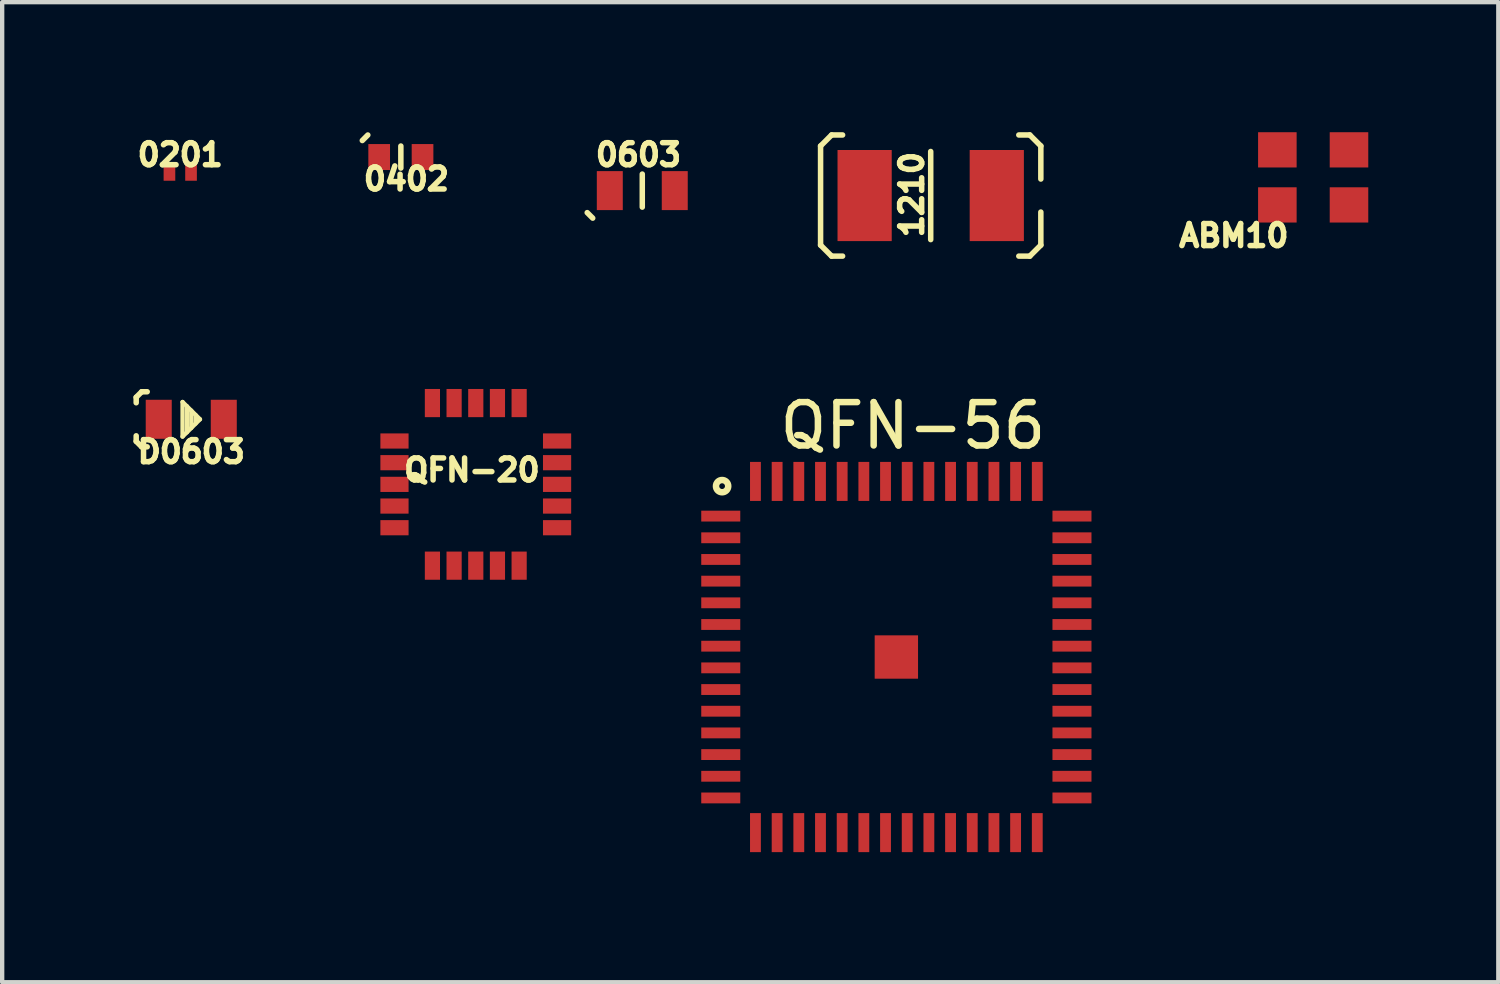
<source format=kicad_pcb>
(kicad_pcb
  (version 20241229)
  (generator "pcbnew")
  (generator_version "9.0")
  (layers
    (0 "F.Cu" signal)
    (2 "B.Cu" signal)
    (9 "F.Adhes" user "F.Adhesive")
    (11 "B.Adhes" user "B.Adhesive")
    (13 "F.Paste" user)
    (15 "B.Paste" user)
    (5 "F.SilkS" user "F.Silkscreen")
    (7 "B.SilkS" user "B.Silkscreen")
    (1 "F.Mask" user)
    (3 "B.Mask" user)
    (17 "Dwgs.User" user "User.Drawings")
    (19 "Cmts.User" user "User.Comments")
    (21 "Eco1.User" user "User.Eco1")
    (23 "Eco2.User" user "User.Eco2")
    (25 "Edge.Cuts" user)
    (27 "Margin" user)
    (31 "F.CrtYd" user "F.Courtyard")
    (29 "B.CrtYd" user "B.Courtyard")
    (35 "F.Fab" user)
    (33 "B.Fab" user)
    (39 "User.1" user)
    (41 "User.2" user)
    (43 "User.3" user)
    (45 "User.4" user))
  (footprint "QFN-56"
    (layer "F.Cu")
    (at 17.623 12.103)
    (property "Reference" "QFN-56" (at 0.381 -5.334 0) (layer "F.SilkS") (effects (font (size 1 1) (thickness 0.15))))
    (attr through_hole)
    (fp_circle (center -4.019 -3.941) (end -3.919 -3.841) (stroke (width 0.15) (type solid)) (fill no) (layer "F.SilkS"))
    (pad "1" smd rect (at -4.05 -3.25) (size 0.9 0.25) (layers "F.Cu" "F.Mask" "F.Paste"))
    (pad "2" smd rect (at -4.05 -2.75) (size 0.9 0.25) (layers "F.Cu" "F.Mask" "F.Paste"))
    (pad "3" smd rect (at -4.05 -2.25) (size 0.9 0.25) (layers "F.Cu" "F.Mask" "F.Paste"))
    (pad "4" smd rect (at -4.05 -1.75) (size 0.9 0.25) (layers "F.Cu" "F.Mask" "F.Paste"))
    (pad "5" smd rect (at -4.05 -1.25) (size 0.9 0.25) (layers "F.Cu" "F.Mask" "F.Paste"))
    (pad "6" smd rect (at -4.05 -0.75) (size 0.9 0.25) (layers "F.Cu" "F.Mask" "F.Paste"))
    (pad "7" smd rect (at -4.05 -0.25) (size 0.9 0.25) (layers "F.Cu" "F.Mask" "F.Paste"))
    (pad "8" smd rect (at -4.05 0.25) (size 0.9 0.25) (layers "F.Cu" "F.Mask" "F.Paste"))
    (pad "9" smd rect (at -4.05 0.75) (size 0.9 0.25) (layers "F.Cu" "F.Mask" "F.Paste"))
    (pad "10" smd rect (at -4.05 1.25) (size 0.9 0.25) (layers "F.Cu" "F.Mask" "F.Paste"))
    (pad "11" smd rect (at -4.05 1.75) (size 0.9 0.25) (layers "F.Cu" "F.Mask" "F.Paste"))
    (pad "12" smd rect (at -4.05 2.25) (size 0.9 0.25) (layers "F.Cu" "F.Mask" "F.Paste"))
    (pad "13" smd rect (at -4.05 2.75) (size 0.9 0.25) (layers "F.Cu" "F.Mask" "F.Paste"))
    (pad "14" smd rect (at -4.05 3.25) (size 0.9 0.25) (layers "F.Cu" "F.Mask" "F.Paste"))
    (pad "15" smd rect (at -3.25 4.05) (size 0.25 0.9) (layers "F.Cu" "F.Mask" "F.Paste"))
    (pad "16" smd rect (at -2.75 4.05) (size 0.25 0.9) (layers "F.Cu" "F.Mask" "F.Paste"))
    (pad "17" smd rect (at -2.25 4.05) (size 0.25 0.9) (layers "F.Cu" "F.Mask" "F.Paste"))
    (pad "18" smd rect (at -1.75 4.05) (size 0.25 0.9) (layers "F.Cu" "F.Mask" "F.Paste"))
    (pad "19" smd rect (at -1.25 4.05) (size 0.25 0.9) (layers "F.Cu" "F.Mask" "F.Paste"))
    (pad "20" smd rect (at -0.75 4.05) (size 0.25 0.9) (layers "F.Cu" "F.Mask" "F.Paste"))
    (pad "21" smd rect (at -0.25 4.05) (size 0.25 0.9) (layers "F.Cu" "F.Mask" "F.Paste"))
    (pad "22" smd rect (at 0.25 4.05) (size 0.25 0.9) (layers "F.Cu" "F.Mask" "F.Paste"))
    (pad "23" smd rect (at 0.75 4.05) (size 0.25 0.9) (layers "F.Cu" "F.Mask" "F.Paste"))
    (pad "24" smd rect (at 1.25 4.05) (size 0.25 0.9) (layers "F.Cu" "F.Mask" "F.Paste"))
    (pad "25" smd rect (at 1.75 4.05) (size 0.25 0.9) (layers "F.Cu" "F.Mask" "F.Paste"))
    (pad "26" smd rect (at 2.25 4.05) (size 0.25 0.9) (layers "F.Cu" "F.Mask" "F.Paste"))
    (pad "27" smd rect (at 2.75 4.05) (size 0.25 0.9) (layers "F.Cu" "F.Mask" "F.Paste"))
    (pad "28" smd rect (at 3.25 4.05) (size 0.25 0.9) (layers "F.Cu" "F.Mask" "F.Paste"))
    (pad "29" smd rect (at 4.05 3.25) (size 0.9 0.25) (layers "F.Cu" "F.Mask" "F.Paste"))
    (pad "30" smd rect (at 4.05 2.75) (size 0.9 0.25) (layers "F.Cu" "F.Mask" "F.Paste"))
    (pad "31" smd rect (at 4.05 2.25) (size 0.9 0.25) (layers "F.Cu" "F.Mask" "F.Paste"))
    (pad "32" smd rect (at 4.05 1.75) (size 0.9 0.25) (layers "F.Cu" "F.Mask" "F.Paste"))
    (pad "33" smd rect (at 4.05 1.25) (size 0.9 0.25) (layers "F.Cu" "F.Mask" "F.Paste"))
    (pad "34" smd rect (at 4.05 0.75) (size 0.9 0.25) (layers "F.Cu" "F.Mask" "F.Paste"))
    (pad "35" smd rect (at 4.05 0.25) (size 0.9 0.25) (layers "F.Cu" "F.Mask" "F.Paste"))
    (pad "36" smd rect (at 4.05 -0.25) (size 0.9 0.25) (layers "F.Cu" "F.Mask" "F.Paste"))
    (pad "37" smd rect (at 4.05 -0.75) (size 0.9 0.25) (layers "F.Cu" "F.Mask" "F.Paste"))
    (pad "38" smd rect (at 4.05 -1.25) (size 0.9 0.25) (layers "F.Cu" "F.Mask" "F.Paste"))
    (pad "39" smd rect (at 4.05 -1.75) (size 0.9 0.25) (layers "F.Cu" "F.Mask" "F.Paste"))
    (pad "40" smd rect (at 4.05 -2.25) (size 0.9 0.25) (layers "F.Cu" "F.Mask" "F.Paste"))
    (pad "41" smd rect (at 4.05 -2.75) (size 0.9 0.25) (layers "F.Cu" "F.Mask" "F.Paste"))
    (pad "42" smd rect (at 4.05 -3.25) (size 0.9 0.25) (layers "F.Cu" "F.Mask" "F.Paste"))
    (pad "43" smd rect (at 3.25 -4.05) (size 0.25 0.9) (layers "F.Cu" "F.Mask" "F.Paste"))
    (pad "44" smd rect (at 2.75 -4.05) (size 0.25 0.9) (layers "F.Cu" "F.Mask" "F.Paste"))
    (pad "45" smd rect (at 2.25 -4.05) (size 0.25 0.9) (layers "F.Cu" "F.Mask" "F.Paste"))
    (pad "46" smd rect (at 1.75 -4.05) (size 0.25 0.9) (layers "F.Cu" "F.Mask" "F.Paste"))
    (pad "47" smd rect (at 1.25 -4.05) (size 0.25 0.9) (layers "F.Cu" "F.Mask" "F.Paste"))
    (pad "48" smd rect (at 0.75 -4.05) (size 0.25 0.9) (layers "F.Cu" "F.Mask" "F.Paste"))
    (pad "49" smd rect (at 0.25 -4.05) (size 0.25 0.9) (layers "F.Cu" "F.Mask" "F.Paste"))
    (pad "50" smd rect (at -0.25 -4.05) (size 0.25 0.9) (layers "F.Cu" "F.Mask" "F.Paste"))
    (pad "51" smd rect (at -0.75 -4.05) (size 0.25 0.9) (layers "F.Cu" "F.Mask" "F.Paste"))
    (pad "52" smd rect (at -1.25 -4.05) (size 0.25 0.9) (layers "F.Cu" "F.Mask" "F.Paste"))
    (pad "53" smd rect (at -1.75 -4.05) (size 0.25 0.9) (layers "F.Cu" "F.Mask" "F.Paste"))
    (pad "54" smd rect (at -2.25 -4.05) (size 0.25 0.9) (layers "F.Cu" "F.Mask" "F.Paste"))
    (pad "55" smd rect (at -2.75 -4.05) (size 0.25 0.9) (layers "F.Cu" "F.Mask" "F.Paste"))
    (pad "56" smd rect (at -3.25 -4.05) (size 0.25 0.9) (layers "F.Cu" "F.Mask" "F.Paste"))
    (pad "57" smd rect (at 0 0) (size 1 1) (layers "F.Cu" "F.Mask" "F.Paste")))
  (footprint "0201"
    (layer "F.Cu")
    (at 1.107 0.919)
    (property "Reference" "0201" (at 0 -0.399 0) (layer "F.SilkS") (effects (font (size 0.508 0.508) (thickness 0.127))))
    (attr through_hole)
    (pad "1" smd rect (at -0.249 0) (size 0.269 0.399) (layers "F.Cu" "F.Mask" "F.Paste"))
    (pad "2" smd rect (at 0.249 0) (size 0.269 0.399) (layers "F.Cu" "F.Mask" "F.Paste")))
  (footprint "0402"
    (layer "F.Cu")
    (at 6.195 0.572)
    (property "Reference" "0402" (at 0.127 0.508 0) (layer "F.SilkS") (effects (font (size 0.508 0.508) (thickness 0.127))))
    (attr through_hole)
    (fp_line (start -0.889 -0.381) (end -0.762 -0.508) (stroke (width 0.127) (type solid)) (layer "F.SilkS"))
    (fp_line (start 0 0.254) (end 0 -0.254) (stroke (width 0.127) (type solid)) (layer "F.SilkS"))
    (pad "1" smd rect (at -0.5 0) (size 0.5 0.599) (layers "F.Cu" "F.Mask" "F.Paste"))
    (pad "2" smd rect (at 0.5 0) (size 0.5 0.599) (layers "F.Cu" "F.Mask" "F.Paste")))
  (footprint "ABM10"
    (layer "F.Cu")
    (at 27.236 1.041)
    (property "Reference" "ABM10" (at -1.831 1.344 0) (layer "F.SilkS") (effects (font (size 0.508 0.508) (thickness 0.127))))
    (attr through_hole)
    (pad "1" smd rect (at -0.826 0.635) (size 0.889 0.813) (layers "F.Cu" "F.Mask" "F.Paste"))
    (pad "2" smd rect (at 0.826 0.635) (size 0.889 0.813) (layers "F.Cu" "F.Mask" "F.Paste"))
    (pad "3" smd rect (at 0.826 -0.635) (size 0.889 0.813) (layers "F.Cu" "F.Mask" "F.Paste"))
    (pad "4" smd rect (at -0.826 -0.635) (size 0.889 0.813) (layers "F.Cu" "F.Mask" "F.Paste")))
  (footprint "1210"
    (layer "F.Cu")
    (at 18.415 1.46)
    (property "Reference" "1210" (at -0.437 -0.023 90) (layer "F.SilkS") (effects (font (size 0.508 0.508) (thickness 0.127))))
    (attr through_hole)
    (fp_line (start -2.54 -1.143) (end -2.54 1.143) (stroke (width 0.127) (type solid)) (layer "F.SilkS"))
    (fp_line (start -2.54 1.143) (end -2.286 1.397) (stroke (width 0.127) (type solid)) (layer "F.SilkS"))
    (fp_line (start -2.286 -1.397) (end -2.54 -1.143) (stroke (width 0.127) (type solid)) (layer "F.SilkS"))
    (fp_line (start -2.286 1.397) (end -2.032 1.397) (stroke (width 0.127) (type solid)) (layer "F.SilkS"))
    (fp_line (start -2.032 -1.397) (end -2.286 -1.397) (stroke (width 0.127) (type solid)) (layer "F.SilkS"))
    (fp_line (start 0 -1.016) (end 0 1.016) (stroke (width 0.127) (type solid)) (layer "F.SilkS"))
    (fp_line (start 2.032 -1.397) (end 2.286 -1.397) (stroke (width 0.127) (type solid)) (layer "F.SilkS"))
    (fp_line (start 2.286 -1.397) (end 2.54 -1.143) (stroke (width 0.127) (type solid)) (layer "F.SilkS"))
    (fp_line (start 2.286 1.397) (end 2.032 1.397) (stroke (width 0.127) (type solid)) (layer "F.SilkS"))
    (fp_line (start 2.54 -1.143) (end 2.54 -0.381) (stroke (width 0.127) (type solid)) (layer "F.SilkS"))
    (fp_line (start 2.54 0.381) (end 2.54 1.143) (stroke (width 0.127) (type solid)) (layer "F.SilkS"))
    (fp_line (start 2.54 1.143) (end 2.286 1.397) (stroke (width 0.127) (type solid)) (layer "F.SilkS"))
    (pad "1" smd rect (at -1.524 0) (size 1.25 2.101) (layers "F.Cu" "F.Mask" "F.Paste"))
    (pad "2" smd rect (at 1.524 0) (size 1.25 2.101) (layers "F.Cu" "F.Mask" "F.Paste")))
  (footprint "0603"
    (layer "F.Cu")
    (at 11.763 1.346)
    (property "Reference" "0603" (at -0.089 -0.826 0) (layer "F.SilkS") (effects (font (size 0.508 0.508) (thickness 0.127))))
    (attr through_hole)
    (fp_line (start -1.27 0.508) (end -1.143 0.635) (stroke (width 0.127) (type solid)) (layer "F.SilkS"))
    (fp_line (start 0 -0.381) (end 0 0.381) (stroke (width 0.127) (type solid)) (layer "F.SilkS"))
    (pad "1" smd rect (at -0.749 0) (size 0.599 0.899) (layers "F.Cu" "F.Mask" "F.Paste"))
    (pad "2" smd rect (at 0.749 0) (size 0.599 0.899) (layers "F.Cu" "F.Mask" "F.Paste")))
  (footprint "D0603"
    (layer "F.Cu")
    (at 1.361 6.62)
    (property "Reference" "D0603" (at 0 0.749 0) (layer "F.SilkS") (effects (font (size 0.508 0.508) (thickness 0.127))))
    (attr through_hole)
    (fp_line (start -1.27 -0.508) (end -1.27 -0.381) (stroke (width 0.127) (type solid)) (layer "F.SilkS"))
    (fp_line (start -1.27 0.381) (end -1.27 0.508) (stroke (width 0.127) (type solid)) (layer "F.SilkS"))
    (fp_line (start -1.27 0.508) (end -1.143 0.635) (stroke (width 0.127) (type solid)) (layer "F.SilkS"))
    (fp_line (start -1.143 -0.635) (end -1.27 -0.508) (stroke (width 0.127) (type solid)) (layer "F.SilkS"))
    (fp_line (start -1.143 0.635) (end -1.016 0.635) (stroke (width 0.127) (type solid)) (layer "F.SilkS"))
    (fp_line (start -1.016 -0.635) (end -1.143 -0.635) (stroke (width 0.127) (type solid)) (layer "F.SilkS"))
    (fp_line (start -0.201 -0.399) (end 0.201 0) (stroke (width 0.099) (type solid)) (layer "F.SilkS"))
    (fp_line (start -0.201 0.399) (end -0.201 -0.399) (stroke (width 0.099) (type solid)) (layer "F.SilkS"))
    (fp_line (start -0.099 -0.3) (end -0.099 0.3) (stroke (width 0.099) (type solid)) (layer "F.SilkS"))
    (fp_line (start 0 -0.201) (end 0 0.201) (stroke (width 0.099) (type solid)) (layer "F.SilkS"))
    (fp_line (start 0.099 -0.099) (end 0.099 0.099) (stroke (width 0.099) (type solid)) (layer "F.SilkS"))
    (fp_line (start 0.201 0) (end -0.201 0.399) (stroke (width 0.099) (type solid)) (layer "F.SilkS"))
    (pad "1" smd rect (at 0.75 0) (size 0.6 0.9) (layers "F.Cu" "F.Mask" "F.Paste"))
    (pad "2" smd rect (at -0.75 0) (size 0.6 0.9) (layers "F.Cu" "F.Mask" "F.Paste")))
  (footprint "QFN-20"
    (layer "F.Cu")
    (at 7.923 8.121)
    (property "Reference" "QFN-20" (at -0.089 -0.33 0) (layer "F.SilkS") (effects (font (size 0.508 0.508) (thickness 0.127))))
    (attr through_hole)
    (pad "1" smd rect (at -1.875 -1) (size 0.65 0.35) (layers "F.Cu" "F.Mask" "F.Paste"))
    (pad "2" smd rect (at -1.875 -0.5) (size 0.65 0.35) (layers "F.Cu" "F.Mask" "F.Paste"))
    (pad "3" smd rect (at -1.875 0) (size 0.65 0.35) (layers "F.Cu" "F.Mask" "F.Paste"))
    (pad "4" smd rect (at -1.875 0.5) (size 0.65 0.35) (layers "F.Cu" "F.Mask" "F.Paste"))
    (pad "5" smd rect (at -1.875 1) (size 0.65 0.35) (layers "F.Cu" "F.Mask" "F.Paste"))
    (pad "6" smd rect (at -1 1.875) (size 0.35 0.65) (layers "F.Cu" "F.Mask" "F.Paste"))
    (pad "7" smd rect (at -0.5 1.875) (size 0.35 0.65) (layers "F.Cu" "F.Mask" "F.Paste"))
    (pad "8" smd rect (at 0 1.875) (size 0.35 0.65) (layers "F.Cu" "F.Mask" "F.Paste"))
    (pad "9" smd rect (at 0.5 1.875) (size 0.35 0.65) (layers "F.Cu" "F.Mask" "F.Paste"))
    (pad "10" smd rect (at 1 1.875) (size 0.35 0.65) (layers "F.Cu" "F.Mask" "F.Paste"))
    (pad "11" smd rect (at 1.875 1) (size 0.65 0.35) (layers "F.Cu" "F.Mask" "F.Paste"))
    (pad "12" smd rect (at 1.875 0.5) (size 0.65 0.35) (layers "F.Cu" "F.Mask" "F.Paste"))
    (pad "13" smd rect (at 1.875 0) (size 0.65 0.35) (layers "F.Cu" "F.Mask" "F.Paste"))
    (pad "14" smd rect (at 1.875 -0.5) (size 0.65 0.35) (layers "F.Cu" "F.Mask" "F.Paste"))
    (pad "15" smd rect (at 1.875 -1) (size 0.65 0.35) (layers "F.Cu" "F.Mask" "F.Paste"))
    (pad "16" smd rect (at 1 -1.875) (size 0.35 0.65) (layers "F.Cu" "F.Mask" "F.Paste"))
    (pad "17" smd rect (at 0.5 -1.875) (size 0.35 0.65) (layers "F.Cu" "F.Mask" "F.Paste"))
    (pad "18" smd rect (at 0 -1.875) (size 0.35 0.65) (layers "F.Cu" "F.Mask" "F.Paste"))
    (pad "19" smd rect (at -0.5 -1.875) (size 0.35 0.65) (layers "F.Cu" "F.Mask" "F.Paste"))
    (pad "20" smd rect (at -1 -1.875) (size 0.35 0.65) (layers "F.Cu" "F.Mask" "F.Paste")))
  (gr_rect
    (start -3 -3)
    (end 31.506 19.603)
    (stroke (width 0.1) (type default))
    (fill no)
    (layer "Edge.Cuts")))
</source>
